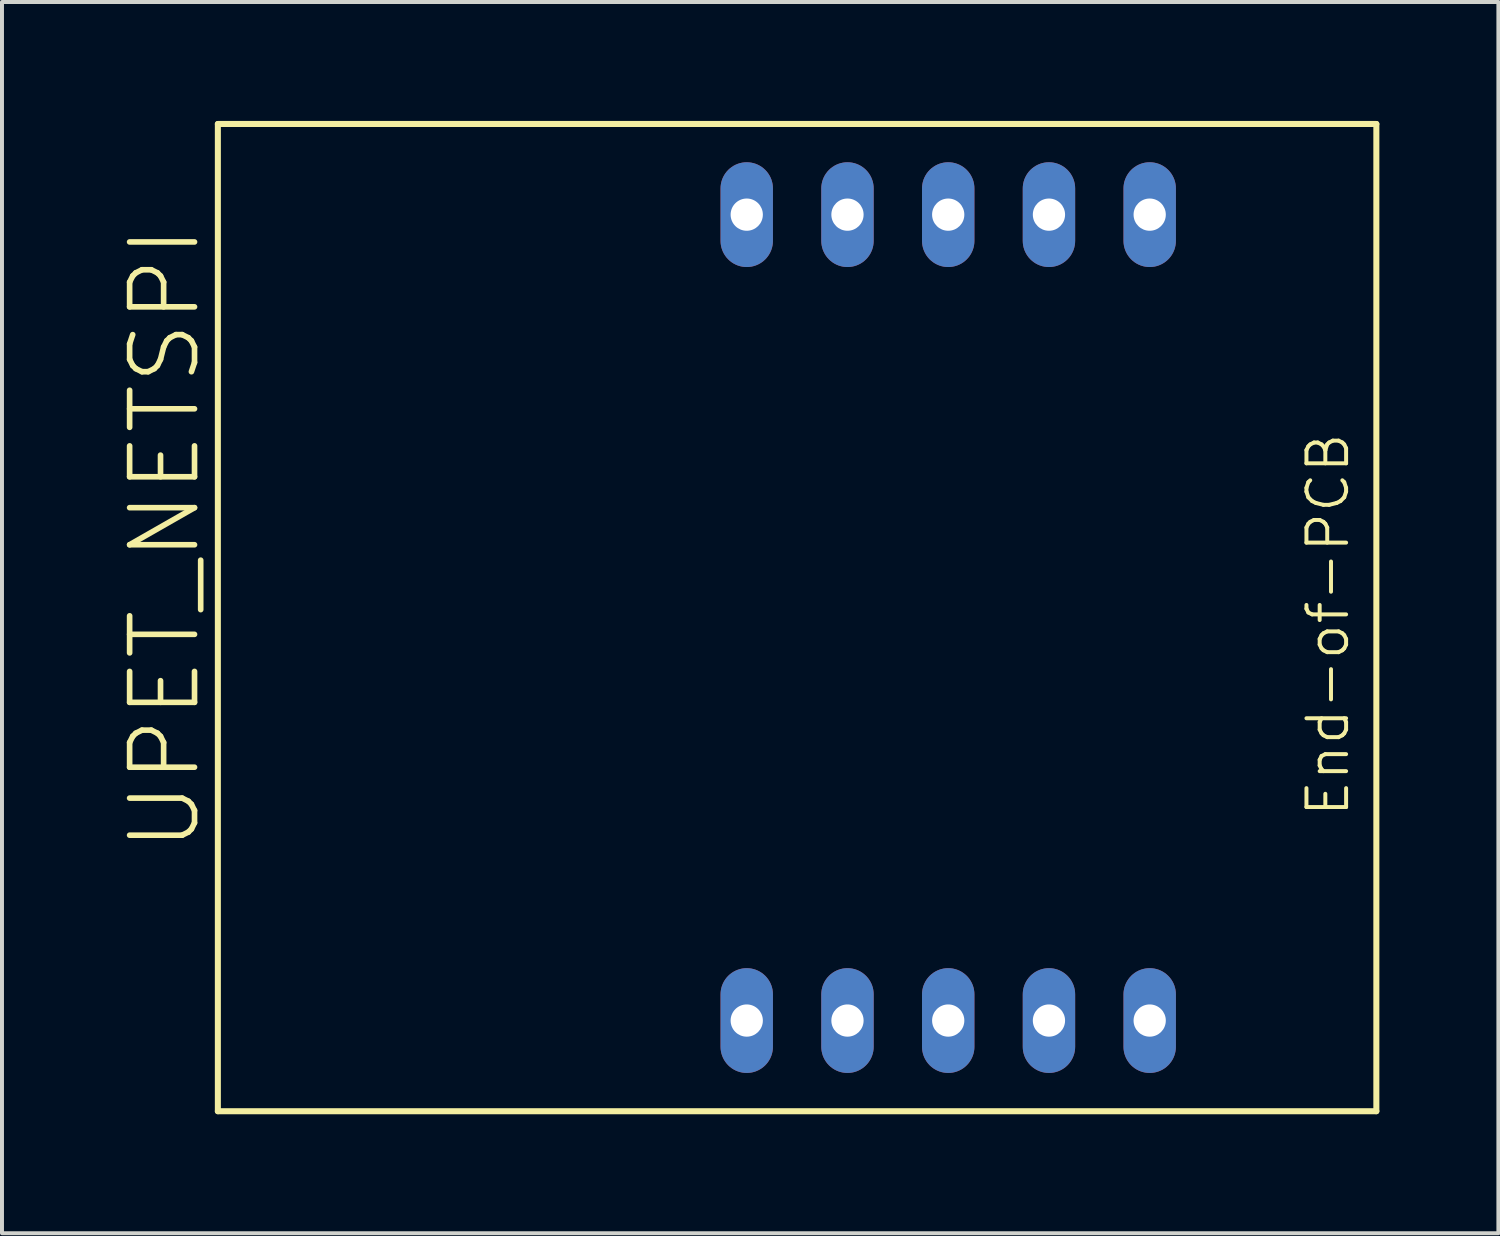
<source format=kicad_pcb>
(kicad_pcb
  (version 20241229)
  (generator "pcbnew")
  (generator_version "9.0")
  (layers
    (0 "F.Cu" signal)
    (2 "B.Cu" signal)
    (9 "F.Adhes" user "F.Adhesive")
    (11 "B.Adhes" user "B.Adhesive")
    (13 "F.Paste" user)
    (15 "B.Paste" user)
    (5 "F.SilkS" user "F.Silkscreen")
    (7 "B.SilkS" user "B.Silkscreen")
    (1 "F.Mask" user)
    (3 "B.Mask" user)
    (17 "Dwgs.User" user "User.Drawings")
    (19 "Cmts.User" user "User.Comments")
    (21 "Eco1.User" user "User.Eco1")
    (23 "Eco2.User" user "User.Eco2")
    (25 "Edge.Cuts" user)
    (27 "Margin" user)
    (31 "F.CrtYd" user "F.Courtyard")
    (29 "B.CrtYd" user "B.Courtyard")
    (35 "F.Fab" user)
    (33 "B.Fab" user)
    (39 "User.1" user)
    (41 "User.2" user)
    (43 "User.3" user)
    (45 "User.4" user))
  (footprint "UPET_NETSPI"
    (layer "F.Cu")
    (at 10.698 12.522)
    (property "Reference" "UPET_NETSPI" (at -8.636 5.969 90) (layer "F.SilkS") (effects (font (size 1.636 1.636) (thickness 0.142)) (justify left bottom)))
    (fp_line (start -8.255 -12.446) (end -8.255 12.446) (stroke (width 0.152) (type solid)) (layer "F.SilkS"))
    (fp_line (start -8.255 12.446) (end 20.955 12.446) (stroke (width 0.152) (type solid)) (layer "F.SilkS"))
    (fp_line (start 20.955 -12.446) (end -8.255 -12.446) (stroke (width 0.152) (type solid)) (layer "F.SilkS"))
    (fp_line (start 20.955 -12.446) (end 20.955 12.446) (stroke (width 0.152) (type solid)) (layer "F.SilkS"))
    (fp_text user "End-of-PCB" (at 20.32 5.08 90) (unlocked yes) (layer "F.SilkS") (effects (font (size 1 1) (thickness 0.1)) (justify left bottom)))
    (pad "1_1" thru_hole oval (at 15.24 -10.16 90) (size 2.642 1.321) (drill 0.813) (layers "*.Cu" "*.Mask"))
    (pad "1_2" thru_hole oval (at 12.7 -10.16 90) (size 2.642 1.321) (drill 0.813) (layers "*.Cu" "*.Mask"))
    (pad "1_3" thru_hole oval (at 10.16 -10.16 90) (size 2.642 1.321) (drill 0.813) (layers "*.Cu" "*.Mask"))
    (pad "1_4" thru_hole oval (at 7.62 -10.16 90) (size 2.642 1.321) (drill 0.813) (layers "*.Cu" "*.Mask"))
    (pad "1_5" thru_hole oval (at 5.08 -10.16 90) (size 2.642 1.321) (drill 0.813) (layers "*.Cu" "*.Mask"))
    (pad "2_1" thru_hole oval (at 5.08 10.16 90) (size 2.642 1.321) (drill 0.813) (layers "*.Cu" "*.Mask"))
    (pad "2_2" thru_hole oval (at 7.62 10.16 90) (size 2.642 1.321) (drill 0.813) (layers "*.Cu" "*.Mask"))
    (pad "2_3" thru_hole oval (at 10.16 10.16 90) (size 2.642 1.321) (drill 0.813) (layers "*.Cu" "*.Mask"))
    (pad "2_4" thru_hole oval (at 12.7 10.16 90) (size 2.642 1.321) (drill 0.813) (layers "*.Cu" "*.Mask"))
    (pad "2_5" thru_hole oval (at 15.24 10.16 90) (size 2.642 1.321) (drill 0.813) (layers "*.Cu" "*.Mask")))
  (gr_rect
    (start -3 -3)
    (end 34.73 28.044)
    (stroke (width 0.1) (type default))
    (fill no)
    (layer "Edge.Cuts")))
</source>
